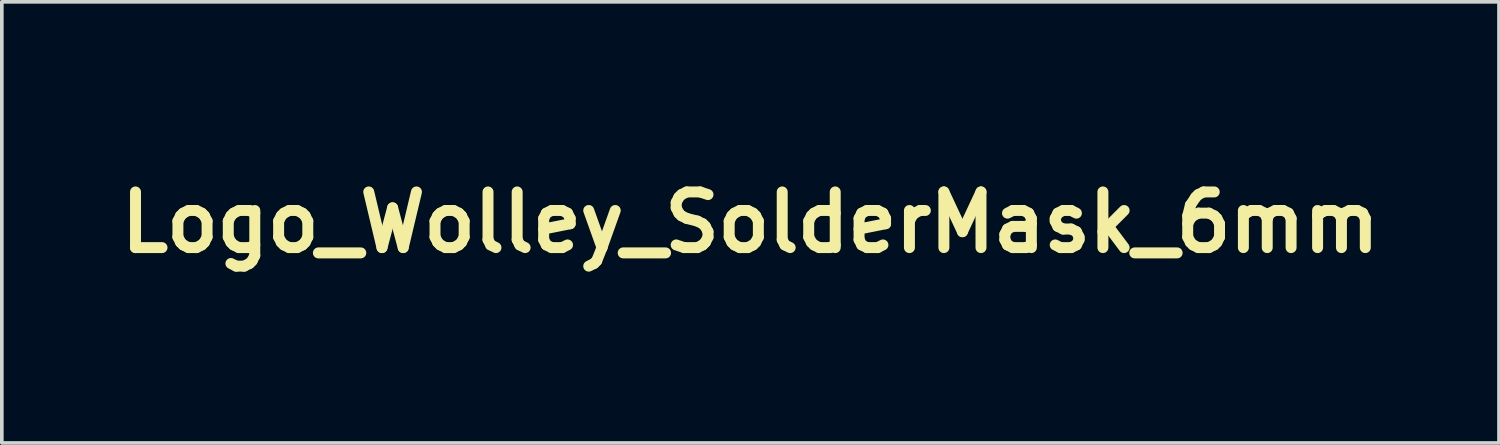
<source format=kicad_pcb>
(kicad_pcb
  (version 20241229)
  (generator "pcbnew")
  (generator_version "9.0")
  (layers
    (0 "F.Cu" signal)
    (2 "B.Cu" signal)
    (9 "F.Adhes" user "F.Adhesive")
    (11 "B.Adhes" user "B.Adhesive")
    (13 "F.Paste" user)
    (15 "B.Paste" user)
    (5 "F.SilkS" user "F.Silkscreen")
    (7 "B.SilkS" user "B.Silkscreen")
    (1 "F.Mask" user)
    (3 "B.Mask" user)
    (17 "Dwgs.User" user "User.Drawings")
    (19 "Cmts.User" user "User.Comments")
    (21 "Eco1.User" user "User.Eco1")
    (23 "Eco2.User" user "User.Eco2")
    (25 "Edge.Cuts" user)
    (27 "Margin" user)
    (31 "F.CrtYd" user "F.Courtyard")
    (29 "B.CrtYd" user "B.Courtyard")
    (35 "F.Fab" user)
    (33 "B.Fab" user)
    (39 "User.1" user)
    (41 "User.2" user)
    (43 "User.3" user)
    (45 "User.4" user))
  (footprint "Logo_Wolley_SolderMask_6mm"
    (layer "F.Cu")
    (at 17.497 3.04)
    (property "Reference" "Logo_Wolley_SolderMask_6mm" (at 0 0 0) (layer "F.SilkS") (effects (font (size 1.524 1.524) (thickness 0.3))))
    (attr through_hole)
    (fp_poly (pts (xy -6.487 -3.032) (xy -6.431 -3.025) (xy -6.375 -3.013) (xy -6.319 -2.995) (xy -6.262 -2.972) (xy -6.204 -2.944) (xy -6.202 -2.943) (xy -6.16 -2.919) (xy -6.122 -2.892) (xy -6.09 -2.864) (xy -6.062 -2.833) (xy -6.038 -2.799) (xy -6.018 -2.763) (xy -6.002 -2.722) (xy -5.99 -2.679) (xy -5.98 -2.631) (xy -5.979 -2.623) (xy -5.978 -2.61) (xy -5.976 -2.595) (xy -5.976 -2.579) (xy -5.975 -2.56) (xy -5.975 -2.537) (xy -5.975 -2.513) (xy -5.975 -2.489) (xy -5.975 -2.467) (xy -5.976 -2.447) (xy -5.977 -2.427) (xy -5.979 -2.407) (xy -5.982 -2.386) (xy -5.985 -2.363) (xy -5.989 -2.337) (xy -5.994 -2.307) (xy -5.997 -2.29) (xy -6.006 -2.245) (xy -6.015 -2.2) (xy -6.026 -2.153) (xy -6.038 -2.104) (xy -6.052 -2.054) (xy -6.066 -2.003) (xy -6.083 -1.949) (xy -6.101 -1.894) (xy -6.12 -1.836) (xy -6.141 -1.775) (xy -6.164 -1.712) (xy -6.189 -1.646) (xy -6.216 -1.576) (xy -6.245 -1.504) (xy -6.275 -1.428) (xy -6.308 -1.348) (xy -6.343 -1.264) (xy -6.381 -1.177) (xy -6.42 -1.085) (xy -6.462 -0.988) (xy -6.483 -0.941) (xy -6.498 -0.908) (xy -6.511 -0.877) (xy -6.525 -0.846) (xy -6.539 -0.815) (xy -6.552 -0.785) (xy -6.566 -0.755) (xy -6.58 -0.724) (xy -6.594 -0.692) (xy -6.609 -0.659) (xy -6.624 -0.624) (xy -6.64 -0.588) (xy -6.657 -0.55) (xy -6.676 -0.51) (xy -6.695 -0.467) (xy -6.716 -0.42) (xy -6.738 -0.371) (xy -6.763 -0.318) (xy -6.788 -0.261) (xy -6.816 -0.2) (xy -6.846 -0.134) (xy -6.849 -0.128) (xy -6.873 -0.074) (xy -6.896 -0.024) (xy -6.917 0.022) (xy -6.936 0.064) (xy -6.953 0.102) (xy -6.969 0.137) (xy -6.984 0.17) (xy -6.997 0.199) (xy -7.009 0.227) (xy -7.021 0.252) (xy -7.031 0.276) (xy -7.041 0.298) (xy -7.051 0.32) (xy -7.06 0.341) (xy -7.069 0.361) (xy -7.078 0.382) (xy -7.087 0.403) (xy -7.091 0.412) (xy -7.127 0.496) (xy -7.161 0.576) (xy -7.192 0.652) (xy -7.221 0.723) (xy -7.247 0.791) (xy -7.27 0.855) (xy -7.291 0.916) (xy -7.31 0.973) (xy -7.327 1.027) (xy -7.341 1.078) (xy -7.353 1.126) (xy -7.363 1.172) (xy -7.371 1.215) (xy -7.377 1.256) (xy -7.381 1.294) (xy -7.383 1.331) (xy -7.383 1.366) (xy -7.382 1.391) (xy -7.38 1.417) (xy -7.377 1.439) (xy -7.373 1.458) (xy -7.367 1.473) (xy -7.359 1.487) (xy -7.35 1.499) (xy -7.349 1.5) (xy -7.335 1.511) (xy -7.318 1.519) (xy -7.299 1.523) (xy -7.298 1.523) (xy -7.279 1.523) (xy -7.256 1.518) (xy -7.231 1.509) (xy -7.203 1.496) (xy -7.172 1.48) (xy -7.139 1.459) (xy -7.105 1.435) (xy -7.068 1.408) (xy -7.029 1.377) (xy -6.988 1.343) (xy -6.946 1.305) (xy -6.902 1.265) (xy -6.858 1.222) (xy -6.812 1.176) (xy -6.765 1.128) (xy -6.717 1.077) (xy -6.669 1.023) (xy -6.64 0.991) (xy -6.563 0.9) (xy -6.485 0.805) (xy -6.406 0.705) (xy -6.326 0.6) (xy -6.246 0.49) (xy -6.166 0.376) (xy -6.085 0.258) (xy -6.004 0.136) (xy -5.923 0.01) (xy -5.842 -0.12) (xy -5.763 -0.251) (xy -5.738 -0.293) (xy -5.715 -0.332) (xy -5.692 -0.371) (xy -5.669 -0.41) (xy -5.647 -0.448) (xy -5.625 -0.487) (xy -5.602 -0.526) (xy -5.58 -0.567) (xy -5.556 -0.61) (xy -5.531 -0.655) (xy -5.505 -0.702) (xy -5.478 -0.752) (xy -5.448 -0.806) (xy -5.417 -0.864) (xy -5.388 -0.918) (xy -5.361 -0.967) (xy -5.337 -1.011) (xy -5.315 -1.051) (xy -5.295 -1.088) (xy -5.277 -1.12) (xy -5.261 -1.149) (xy -5.246 -1.175) (xy -5.232 -1.198) (xy -5.219 -1.219) (xy -5.208 -1.237) (xy -5.197 -1.253) (xy -5.187 -1.268) (xy -5.177 -1.281) (xy -5.168 -1.292) (xy -5.158 -1.303) (xy -5.149 -1.313) (xy -5.141 -1.321) (xy -5.121 -1.34) (xy -5.101 -1.356) (xy -5.082 -1.367) (xy -5.062 -1.376) (xy -5.04 -1.382) (xy -5.03 -1.384) (xy -5.012 -1.386) (xy -4.996 -1.387) (xy -4.978 -1.387) (xy -4.958 -1.385) (xy -4.943 -1.384) (xy -4.91 -1.378) (xy -4.879 -1.371) (xy -4.849 -1.361) (xy -4.817 -1.348) (xy -4.793 -1.337) (xy -4.745 -1.311) (xy -4.701 -1.281) (xy -4.66 -1.248) (xy -4.623 -1.211) (xy -4.589 -1.17) (xy -4.559 -1.127) (xy -4.534 -1.082) (xy -4.513 -1.034) (xy -4.497 -0.984) (xy -4.49 -0.955) (xy -4.484 -0.914) (xy -4.48 -0.872) (xy -4.481 -0.828) (xy -4.482 -0.801) (xy -4.488 -0.746) (xy -4.494 -0.688) (xy -4.503 -0.626) (xy -4.512 -0.56) (xy -4.524 -0.49) (xy -4.537 -0.416) (xy -4.551 -0.337) (xy -4.567 -0.254) (xy -4.585 -0.166) (xy -4.595 -0.119) (xy -4.614 -0.026) (xy -4.632 0.061) (xy -4.647 0.145) (xy -4.662 0.224) (xy -4.674 0.298) (xy -4.685 0.369) (xy -4.695 0.437) (xy -4.703 0.501) (xy -4.709 0.561) (xy -4.714 0.619) (xy -4.718 0.674) (xy -4.72 0.727) (xy -4.721 0.749) (xy -4.721 0.806) (xy -4.719 0.859) (xy -4.715 0.907) (xy -4.709 0.95) (xy -4.701 0.988) (xy -4.69 1.022) (xy -4.677 1.051) (xy -4.662 1.076) (xy -4.645 1.096) (xy -4.625 1.111) (xy -4.604 1.122) (xy -4.58 1.129) (xy -4.579 1.129) (xy -4.564 1.13) (xy -4.549 1.13) (xy -4.538 1.129) (xy -4.507 1.122) (xy -4.474 1.111) (xy -4.439 1.095) (xy -4.402 1.075) (xy -4.364 1.051) (xy -4.324 1.022) (xy -4.283 0.989) (xy -4.241 0.953) (xy -4.198 0.912) (xy -4.154 0.868) (xy -4.109 0.821) (xy -4.064 0.771) (xy -4.018 0.717) (xy -3.972 0.661) (xy -3.926 0.601) (xy -3.88 0.54) (xy -3.834 0.475) (xy -3.788 0.408) (xy -3.743 0.339) (xy -3.698 0.268) (xy -3.654 0.196) (xy -3.64 0.171) (xy -3.564 0.038) (xy -3.493 -0.097) (xy -3.426 -0.234) (xy -3.364 -0.372) (xy -3.305 -0.512) (xy -3.251 -0.652) (xy -3.201 -0.793) (xy -3.156 -0.935) (xy -3.115 -1.078) (xy -3.079 -1.22) (xy -3.047 -1.362) (xy -3.02 -1.504) (xy -2.998 -1.646) (xy -2.98 -1.787) (xy -2.968 -1.927) (xy -2.96 -2.065) (xy -2.958 -2.203) (xy -2.958 -2.269) (xy -2.959 -2.294) (xy -2.959 -2.318) (xy -2.96 -2.342) (xy -2.961 -2.364) (xy -2.961 -2.384) (xy -2.962 -2.399) (xy -2.963 -2.41) (xy -2.964 -2.44) (xy -2.966 -2.47) (xy -2.967 -2.498) (xy -2.967 -2.525) (xy -2.967 -2.548) (xy -2.967 -2.568) (xy -2.966 -2.584) (xy -2.965 -2.59) (xy -2.96 -2.62) (xy -2.952 -2.647) (xy -2.94 -2.67) (xy -2.926 -2.689) (xy -2.907 -2.705) (xy -2.885 -2.718) (xy -2.859 -2.728) (xy -2.829 -2.735) (xy -2.794 -2.74) (xy -2.787 -2.741) (xy -2.761 -2.742) (xy -2.732 -2.741) (xy -2.702 -2.74) (xy -2.673 -2.738) (xy -2.648 -2.734) (xy -2.646 -2.734) (xy -2.61 -2.726) (xy -2.574 -2.715) (xy -2.538 -2.7) (xy -2.502 -2.682) (xy -2.464 -2.659) (xy -2.425 -2.632) (xy -2.404 -2.616) (xy -2.368 -2.587) (xy -2.337 -2.558) (xy -2.31 -2.529) (xy -2.288 -2.499) (xy -2.27 -2.468) (xy -2.255 -2.435) (xy -2.243 -2.399) (xy -2.235 -2.367) (xy -2.233 -2.354) (xy -2.231 -2.342) (xy -2.229 -2.329) (xy -2.227 -2.315) (xy -2.226 -2.299) (xy -2.225 -2.282) (xy -2.224 -2.261) (xy -2.223 -2.237) (xy -2.222 -2.209) (xy -2.222 -2.19) (xy -2.22 -2.109) (xy -2.221 -2.031) (xy -2.224 -1.954) (xy -2.23 -1.877) (xy -2.238 -1.8) (xy -2.248 -1.72) (xy -2.261 -1.638) (xy -2.264 -1.626) (xy -2.286 -1.511) (xy -2.312 -1.394) (xy -2.344 -1.276) (xy -2.38 -1.155) (xy -2.42 -1.033) (xy -2.464 -0.91) (xy -2.512 -0.786) (xy -2.564 -0.662) (xy -2.62 -0.537) (xy -2.68 -0.412) (xy -2.743 -0.287) (xy -2.81 -0.162) (xy -2.88 -0.038) (xy -2.954 0.086) (xy -3.03 0.208) (xy -3.11 0.329) (xy -3.192 0.448) (xy -3.277 0.566) (xy -3.302 0.599) (xy -3.352 0.664) (xy -3.401 0.726) (xy -3.45 0.787) (xy -3.499 0.847) (xy -3.551 0.907) (xy -3.606 0.968) (xy -3.632 0.997) (xy -3.647 1.013) (xy -3.664 1.032) (xy -3.685 1.053) (xy -3.707 1.076) (xy -3.731 1.1) (xy -3.755 1.125) (xy -3.78 1.149) (xy -3.805 1.174) (xy -3.829 1.197) (xy -3.851 1.219) (xy -3.871 1.238) (xy -3.889 1.255) (xy -3.904 1.268) (xy -3.975 1.33) (xy -4.044 1.387) (xy -4.112 1.439) (xy -4.179 1.486) (xy -4.243 1.529) (xy -4.306 1.566) (xy -4.367 1.598) (xy -4.426 1.626) (xy -4.483 1.648) (xy -4.528 1.663) (xy -4.566 1.673) (xy -4.602 1.681) (xy -4.637 1.686) (xy -4.673 1.688) (xy -4.71 1.689) (xy -4.749 1.688) (xy -4.796 1.684) (xy -4.838 1.68) (xy -4.878 1.673) (xy -4.915 1.666) (xy -4.952 1.656) (xy -4.962 1.653) (xy -5.015 1.635) (xy -5.065 1.612) (xy -5.111 1.586) (xy -5.154 1.555) (xy -5.194 1.52) (xy -5.232 1.481) (xy -5.266 1.438) (xy -5.297 1.39) (xy -5.325 1.338) (xy -5.35 1.282) (xy -5.373 1.221) (xy -5.392 1.156) (xy -5.394 1.148) (xy -5.407 1.097) (xy -5.418 1.042) (xy -5.427 0.984) (xy -5.436 0.922) (xy -5.443 0.855) (xy -5.449 0.784) (xy -5.449 0.777) (xy -5.45 0.765) (xy -5.451 0.748) (xy -5.451 0.727) (xy -5.452 0.703) (xy -5.452 0.676) (xy -5.452 0.646) (xy -5.453 0.614) (xy -5.453 0.581) (xy -5.453 0.548) (xy -5.453 0.514) (xy -5.453 0.481) (xy -5.452 0.449) (xy -5.452 0.419) (xy -5.452 0.391) (xy -5.452 0.366) (xy -5.451 0.344) (xy -5.451 0.327) (xy -5.45 0.315) (xy -5.449 0.301) (xy -5.449 0.289) (xy -5.448 0.281) (xy -5.448 0.276) (xy -5.448 0.275) (xy -5.45 0.278) (xy -5.454 0.284) (xy -5.46 0.293) (xy -5.468 0.305) (xy -5.478 0.319) (xy -5.488 0.335) (xy -5.49 0.338) (xy -5.538 0.408) (xy -5.59 0.482) (xy -5.645 0.558) (xy -5.703 0.636) (xy -5.765 0.715) (xy -5.828 0.795) (xy -5.893 0.875) (xy -5.96 0.955) (xy -6.028 1.035) (xy -6.076 1.089) (xy -6.134 1.155) (xy -6.195 1.221) (xy -6.256 1.286) (xy -6.319 1.351) (xy -6.381 1.414) (xy -6.443 1.476) (xy -6.504 1.534) (xy -6.563 1.589) (xy -6.615 1.635) (xy -6.655 1.67) (xy -6.697 1.706) (xy -6.739 1.741) (xy -6.782 1.775) (xy -6.822 1.807) (xy -6.861 1.836) (xy -6.872 1.844) (xy -6.941 1.893) (xy -7.008 1.938) (xy -7.073 1.977) (xy -7.136 2.012) (xy -7.196 2.043) (xy -7.255 2.069) (xy -7.311 2.09) (xy -7.366 2.106) (xy -7.419 2.119) (xy -7.471 2.126) (xy -7.52 2.13) (xy -7.557 2.129) (xy -7.612 2.125) (xy -7.664 2.116) (xy -7.712 2.104) (xy -7.756 2.088) (xy -7.797 2.068) (xy -7.834 2.043) (xy -7.867 2.015) (xy -7.897 1.983) (xy -7.924 1.947) (xy -7.948 1.906) (xy -7.968 1.861) (xy -7.985 1.813) (xy -7.994 1.777) (xy -8.001 1.747) (xy -8.007 1.719) (xy -8.011 1.692) (xy -8.014 1.663) (xy -8.017 1.634) (xy -8.018 1.602) (xy -8.019 1.566) (xy -8.02 1.531) (xy -8.019 1.486) (xy -8.018 1.444) (xy -8.016 1.402) (xy -8.012 1.36) (xy -8.008 1.317) (xy -8.002 1.272) (xy -7.995 1.223) (xy -7.987 1.171) (xy -7.985 1.162) (xy -7.972 1.092) (xy -7.958 1.021) (xy -7.941 0.946) (xy -7.923 0.869) (xy -7.902 0.789) (xy -7.88 0.706) (xy -7.855 0.619) (xy -7.828 0.529) (xy -7.798 0.436) (xy -7.767 0.339) (xy -7.733 0.238) (xy -7.696 0.133) (xy -7.657 0.023) (xy -7.616 -0.09) (xy -7.573 -0.206) (xy -7.537 -0.304) (xy -7.5 -0.402) (xy -7.464 -0.502) (xy -7.427 -0.602) (xy -7.391 -0.702) (xy -7.355 -0.803) (xy -7.319 -0.903) (xy -7.284 -1.003) (xy -7.249 -1.102) (xy -7.215 -1.2) (xy -7.182 -1.298) (xy -7.149 -1.394) (xy -7.117 -1.488) (xy -7.086 -1.581) (xy -7.055 -1.672) (xy -7.026 -1.76) (xy -6.998 -1.846) (xy -6.971 -1.93) (xy -6.945 -2.01) (xy -6.921 -2.088) (xy -6.898 -2.162) (xy -6.876 -2.233) (xy -6.856 -2.3) (xy -6.838 -2.363) (xy -6.821 -2.421) (xy -6.806 -2.475) (xy -6.793 -2.525) (xy -6.789 -2.541) (xy -6.785 -2.558) (xy -6.78 -2.579) (xy -6.775 -2.604) (xy -6.769 -2.631) (xy -6.763 -2.659) (xy -6.757 -2.688) (xy -6.752 -2.716) (xy -6.75 -2.724) (xy -6.742 -2.767) (xy -6.734 -2.804) (xy -6.727 -2.837) (xy -6.721 -2.866) (xy -6.715 -2.891) (xy -6.709 -2.913) (xy -6.704 -2.932) (xy -6.698 -2.948) (xy -6.693 -2.961) (xy -6.687 -2.973) (xy -6.681 -2.983) (xy -6.675 -2.993) (xy -6.668 -3.001) (xy -6.667 -3.002) (xy -6.654 -3.014) (xy -6.641 -3.022) (xy -6.625 -3.028) (xy -6.605 -3.032) (xy -6.599 -3.032) (xy -6.543 -3.035) (xy -6.487 -3.032)) (stroke (width 0.01) (type solid)) (fill yes) (layer "F.Mask"))
    (fp_poly (pts (xy 3.778 -2.834) (xy 3.82 -2.83) (xy 3.859 -2.822) (xy 3.876 -2.817) (xy 3.914 -2.802) (xy 3.95 -2.782) (xy 3.982 -2.758) (xy 4.012 -2.73) (xy 4.038 -2.698) (xy 4.061 -2.662) (xy 4.08 -2.623) (xy 4.096 -2.58) (xy 4.109 -2.533) (xy 4.118 -2.484) (xy 4.119 -2.474) (xy 4.12 -2.455) (xy 4.122 -2.434) (xy 4.122 -2.41) (xy 4.123 -2.385) (xy 4.122 -2.361) (xy 4.122 -2.34) (xy 4.121 -2.321) (xy 4.12 -2.317) (xy 4.112 -2.261) (xy 4.1 -2.202) (xy 4.084 -2.141) (xy 4.064 -2.076) (xy 4.041 -2.009) (xy 4.014 -1.939) (xy 3.984 -1.868) (xy 3.95 -1.794) (xy 3.913 -1.719) (xy 3.873 -1.642) (xy 3.829 -1.564) (xy 3.783 -1.485) (xy 3.734 -1.405) (xy 3.682 -1.324) (xy 3.628 -1.243) (xy 3.571 -1.161) (xy 3.512 -1.08) (xy 3.5 -1.064) (xy 3.411 -0.949) (xy 3.32 -0.837) (xy 3.227 -0.729) (xy 3.131 -0.624) (xy 3.034 -0.523) (xy 2.936 -0.427) (xy 2.837 -0.335) (xy 2.736 -0.249) (xy 2.672 -0.196) (xy 2.65 -0.179) (xy 2.626 -0.16) (xy 2.602 -0.141) (xy 2.577 -0.123) (xy 2.554 -0.105) (xy 2.533 -0.089) (xy 2.514 -0.076) (xy 2.506 -0.071) (xy 2.498 -0.065) (xy 2.492 -0.06) (xy 2.487 -0.054) (xy 2.481 -0.046) (xy 2.475 -0.036) (xy 2.471 -0.028) (xy 2.435 0.04) (xy 2.401 0.112) (xy 2.37 0.186) (xy 2.342 0.26) (xy 2.316 0.336) (xy 2.294 0.411) (xy 2.276 0.484) (xy 2.262 0.556) (xy 2.258 0.578) (xy 2.251 0.631) (xy 2.246 0.685) (xy 2.244 0.739) (xy 2.244 0.791) (xy 2.247 0.842) (xy 2.252 0.889) (xy 2.26 0.933) (xy 2.264 0.953) (xy 2.275 0.989) (xy 2.289 1.021) (xy 2.305 1.048) (xy 2.323 1.071) (xy 2.344 1.089) (xy 2.368 1.102) (xy 2.394 1.11) (xy 2.423 1.114) (xy 2.446 1.114) (xy 2.483 1.11) (xy 2.522 1.102) (xy 2.563 1.089) (xy 2.606 1.072) (xy 2.653 1.051) (xy 2.701 1.026) (xy 2.753 0.996) (xy 2.761 0.991) (xy 2.804 0.964) (xy 2.85 0.932) (xy 2.899 0.897) (xy 2.949 0.859) (xy 3.001 0.819) (xy 3.055 0.775) (xy 3.109 0.73) (xy 3.163 0.683) (xy 3.218 0.635) (xy 3.271 0.585) (xy 3.324 0.535) (xy 3.328 0.531) (xy 3.363 0.497) (xy 3.365 0.461) (xy 3.372 0.374) (xy 3.384 0.287) (xy 3.402 0.201) (xy 3.409 0.176) (xy 4.003 0.176) (xy 4.003 0.176) (xy 4.007 0.176) (xy 4.013 0.174) (xy 4.022 0.17) (xy 4.036 0.164) (xy 4.043 0.161) (xy 4.126 0.122) (xy 4.206 0.08) (xy 4.282 0.035) (xy 4.355 -0.014) (xy 4.426 -0.068) (xy 4.452 -0.088) (xy 4.494 -0.124) (xy 4.535 -0.161) (xy 4.574 -0.199) (xy 4.609 -0.237) (xy 4.643 -0.274) (xy 4.673 -0.312) (xy 4.7 -0.348) (xy 4.724 -0.384) (xy 4.744 -0.419) (xy 4.761 -0.452) (xy 4.774 -0.484) (xy 4.782 -0.513) (xy 4.786 -0.54) (xy 4.787 -0.548) (xy 4.786 -0.568) (xy 4.783 -0.585) (xy 4.777 -0.598) (xy 4.771 -0.606) (xy 4.761 -0.616) (xy 4.75 -0.623) (xy 4.736 -0.627) (xy 4.719 -0.63) (xy 4.708 -0.63) (xy 4.685 -0.63) (xy 4.662 -0.627) (xy 4.638 -0.62) (xy 4.612 -0.61) (xy 4.598 -0.604) (xy 4.558 -0.582) (xy 4.516 -0.556) (xy 4.474 -0.525) (xy 4.432 -0.489) (xy 4.39 -0.45) (xy 4.348 -0.407) (xy 4.306 -0.361) (xy 4.265 -0.312) (xy 4.226 -0.26) (xy 4.188 -0.205) (xy 4.152 -0.149) (xy 4.128 -0.109) (xy 4.111 -0.078) (xy 4.093 -0.043) (xy 4.075 -0.006) (xy 4.058 0.031) (xy 4.042 0.068) (xy 4.027 0.103) (xy 4.015 0.136) (xy 4.011 0.15) (xy 4.007 0.16) (xy 4.005 0.169) (xy 4.003 0.175) (xy 4.003 0.176) (xy 3.409 0.176) (xy 3.425 0.115) (xy 3.44 0.068) (xy 3.468 -0.011) (xy 3.501 -0.089) (xy 3.537 -0.165) (xy 3.577 -0.24) (xy 3.621 -0.314) (xy 3.667 -0.385) (xy 3.717 -0.455) (xy 3.769 -0.522) (xy 3.823 -0.586) (xy 3.88 -0.647) (xy 3.939 -0.705) (xy 4 -0.759) (xy 4.062 -0.81) (xy 4.125 -0.857) (xy 4.19 -0.9) (xy 4.255 -0.939) (xy 4.322 -0.973) (xy 4.388 -1.002) (xy 4.45 -1.024) (xy 4.504 -1.04) (xy 4.556 -1.051) (xy 4.607 -1.059) (xy 4.659 -1.063) (xy 4.714 -1.063) (xy 4.719 -1.063) (xy 4.75 -1.062) (xy 4.776 -1.06) (xy 4.802 -1.057) (xy 4.827 -1.053) (xy 4.854 -1.048) (xy 4.861 -1.046) (xy 4.912 -1.033) (xy 4.961 -1.015) (xy 5.006 -0.994) (xy 5.047 -0.969) (xy 5.085 -0.941) (xy 5.12 -0.91) (xy 5.15 -0.876) (xy 5.176 -0.839) (xy 5.198 -0.8) (xy 5.215 -0.757) (xy 5.224 -0.726) (xy 5.23 -0.698) (xy 5.233 -0.667) (xy 5.235 -0.634) (xy 5.235 -0.601) (xy 5.233 -0.569) (xy 5.231 -0.555) (xy 5.222 -0.504) (xy 5.207 -0.453) (xy 5.187 -0.4) (xy 5.162 -0.347) (xy 5.133 -0.293) (xy 5.098 -0.24) (xy 5.059 -0.186) (xy 5.017 -0.134) (xy 5.003 -0.118) (xy 4.987 -0.1) (xy 4.967 -0.08) (xy 4.947 -0.059) (xy 4.925 -0.038) (xy 4.904 -0.017) (xy 4.883 0.003) (xy 4.864 0.02) (xy 4.848 0.035) (xy 4.847 0.035) (xy 4.78 0.091) (xy 4.71 0.144) (xy 4.639 0.195) (xy 4.568 0.242) (xy 4.497 0.286) (xy 4.427 0.326) (xy 4.384 0.349) (xy 4.316 0.381) (xy 4.248 0.41) (xy 4.18 0.434) (xy 4.114 0.454) (xy 4.049 0.47) (xy 3.987 0.481) (xy 3.954 0.485) (xy 3.955 0.523) (xy 3.96 0.577) (xy 3.968 0.628) (xy 3.981 0.677) (xy 3.997 0.722) (xy 4.017 0.765) (xy 4.041 0.803) (xy 4.068 0.838) (xy 4.099 0.87) (xy 4.132 0.897) (xy 4.17 0.92) (xy 4.181 0.926) (xy 4.222 0.944) (xy 4.267 0.958) (xy 4.314 0.967) (xy 4.363 0.972) (xy 4.415 0.973) (xy 4.469 0.969) (xy 4.525 0.962) (xy 4.583 0.95) (xy 4.642 0.935) (xy 4.703 0.915) (xy 4.765 0.892) (xy 4.828 0.864) (xy 4.892 0.833) (xy 4.956 0.798) (xy 5.021 0.759) (xy 5.069 0.729) (xy 5.127 0.688) (xy 5.187 0.644) (xy 5.246 0.596) (xy 5.304 0.547) (xy 5.359 0.496) (xy 5.411 0.446) (xy 5.414 0.442) (xy 5.443 0.413) (xy 5.449 0.377) (xy 5.452 0.357) (xy 5.456 0.336) (xy 5.461 0.315) (xy 5.466 0.293) (xy 5.472 0.271) (xy 5.479 0.247) (xy 5.487 0.221) (xy 5.496 0.193) (xy 5.506 0.162) (xy 5.518 0.129) (xy 5.531 0.093) (xy 5.545 0.053) (xy 5.561 0.01) (xy 5.579 -0.038) (xy 5.599 -0.09) (xy 5.608 -0.115) (xy 5.625 -0.16) (xy 5.64 -0.2) (xy 5.654 -0.236) (xy 5.667 -0.269) (xy 5.678 -0.299) (xy 5.688 -0.327) (xy 5.698 -0.353) (xy 5.707 -0.377) (xy 5.715 -0.401) (xy 5.723 -0.424) (xy 5.732 -0.447) (xy 5.74 -0.469) (xy 5.777 -0.577) (xy 5.811 -0.681) (xy 5.842 -0.782) (xy 5.87 -0.879) (xy 5.895 -0.974) (xy 5.917 -1.066) (xy 5.937 -1.157) (xy 5.954 -1.246) (xy 5.959 -1.272) (xy 5.962 -1.293) (xy 5.966 -1.31) (xy 5.969 -1.322) (xy 5.972 -1.333) (xy 5.975 -1.342) (xy 5.977 -1.346) (xy 5.987 -1.365) (xy 5.999 -1.38) (xy 6.013 -1.391) (xy 6.018 -1.394) (xy 6.034 -1.398) (xy 6.053 -1.399) (xy 6.076 -1.396) (xy 6.101 -1.391) (xy 6.13 -1.382) (xy 6.16 -1.37) (xy 6.193 -1.355) (xy 6.194 -1.354) (xy 6.241 -1.329) (xy 6.285 -1.3) (xy 6.326 -1.268) (xy 6.363 -1.234) (xy 6.395 -1.198) (xy 6.424 -1.16) (xy 6.448 -1.121) (xy 6.467 -1.08) (xy 6.479 -1.044) (xy 6.488 -1.008) (xy 6.493 -0.97) (xy 6.494 -0.929) (xy 6.492 -0.885) (xy 6.487 -0.837) (xy 6.478 -0.785) (xy 6.476 -0.774) (xy 6.469 -0.744) (xy 6.461 -0.713) (xy 6.453 -0.681) (xy 6.443 -0.648) (xy 6.432 -0.612) (xy 6.419 -0.575) (xy 6.405 -0.536) (xy 6.389 -0.494) (xy 6.372 -0.45) (xy 6.353 -0.402) (xy 6.332 -0.352) (xy 6.309 -0.297) (xy 6.284 -0.24) (xy 6.257 -0.178) (xy 6.227 -0.112) (xy 6.196 -0.042) (xy 6.189 -0.027) (xy 6.17 0.016) (xy 6.152 0.055) (xy 6.137 0.089) (xy 6.123 0.12) (xy 6.111 0.147) (xy 6.101 0.172) (xy 6.092 0.193) (xy 6.084 0.213) (xy 6.078 0.231) (xy 6.072 0.247) (xy 6.067 0.262) (xy 6.062 0.277) (xy 6.06 0.285) (xy 6.055 0.301) (xy 6.053 0.315) (xy 6.052 0.33) (xy 6.052 0.336) (xy 6.052 0.348) (xy 6.052 0.356) (xy 6.054 0.361) (xy 6.056 0.364) (xy 6.059 0.368) (xy 6.06 0.368) (xy 6.065 0.372) (xy 6.071 0.374) (xy 6.08 0.374) (xy 6.081 0.374) (xy 6.095 0.371) (xy 6.111 0.364) (xy 6.132 0.353) (xy 6.155 0.339) (xy 6.182 0.321) (xy 6.212 0.3) (xy 6.246 0.275) (xy 6.282 0.246) (xy 6.321 0.214) (xy 6.363 0.179) (xy 6.408 0.14) (xy 6.455 0.099) (xy 6.505 0.054) (xy 6.558 0.006) (xy 6.613 -0.045) (xy 6.67 -0.099) (xy 6.728 -0.154) (xy 6.745 -0.17) (xy 6.765 -0.189) (xy 6.786 -0.21) (xy 6.81 -0.233) (xy 6.836 -0.259) (xy 6.862 -0.285) (xy 6.89 -0.313) (xy 6.918 -0.341) (xy 6.947 -0.369) (xy 6.975 -0.398) (xy 7.003 -0.426) (xy 7.03 -0.453) (xy 7.056 -0.479) (xy 7.08 -0.503) (xy 7.102 -0.526) (xy 7.122 -0.546) (xy 7.139 -0.564) (xy 7.154 -0.579) (xy 7.164 -0.591) (xy 7.167 -0.594) (xy 7.203 -0.633) (xy 7.237 -0.672) (xy 7.269 -0.709) (xy 7.3 -0.747) (xy 7.331 -0.785) (xy 7.362 -0.824) (xy 7.394 -0.865) (xy 7.426 -0.909) (xy 7.461 -0.956) (xy 7.494 -1.003) (xy 7.512 -1.027) (xy 7.528 -1.048) (xy 7.542 -1.065) (xy 7.555 -1.079) (xy 7.566 -1.089) (xy 7.576 -1.097) (xy 7.587 -1.103) (xy 7.589 -1.104) (xy 7.606 -1.11) (xy 7.623 -1.112) (xy 7.638 -1.11) (xy 7.642 -1.109) (xy 7.651 -1.104) (xy 7.664 -1.096) (xy 7.679 -1.085) (xy 7.696 -1.072) (xy 7.715 -1.058) (xy 7.734 -1.043) (xy 7.753 -1.027) (xy 7.771 -1.011) (xy 7.788 -0.996) (xy 7.798 -0.987) (xy 7.833 -0.951) (xy 7.863 -0.915) (xy 7.889 -0.88) (xy 7.91 -0.844) (xy 7.927 -0.808) (xy 7.941 -0.771) (xy 7.95 -0.735) (xy 7.953 -0.72) (xy 7.955 -0.701) (xy 7.956 -0.679) (xy 7.956 -0.656) (xy 7.956 -0.633) (xy 7.955 -0.612) (xy 7.954 -0.594) (xy 7.953 -0.589) (xy 7.946 -0.55) (xy 7.936 -0.511) (xy 7.923 -0.47) (xy 7.907 -0.427) (xy 7.888 -0.383) (xy 7.865 -0.335) (xy 7.864 -0.333) (xy 7.855 -0.314) (xy 7.845 -0.296) (xy 7.835 -0.277) (xy 7.824 -0.257) (xy 7.812 -0.237) (xy 7.8 -0.214) (xy 7.785 -0.19) (xy 7.77 -0.164) (xy 7.752 -0.135) (xy 7.732 -0.103) (xy 7.71 -0.067) (xy 7.686 -0.028) (xy 7.668 0.001) (xy 7.643 0.04) (xy 7.622 0.075) (xy 7.603 0.106) (xy 7.585 0.134) (xy 7.569 0.16) (xy 7.555 0.184) (xy 7.542 0.206) (xy 7.529 0.228) (xy 7.517 0.249) (xy 7.505 0.27) (xy 7.494 0.29) (xy 7.47 0.333) (xy 7.445 0.377) (xy 7.421 0.422) (xy 7.395 0.469) (xy 7.369 0.518) (xy 7.342 0.569) (xy 7.313 0.622) (xy 7.283 0.679) (xy 7.252 0.739) (xy 7.218 0.803) (xy 7.183 0.87) (xy 7.146 0.942) (xy 7.124 0.985) (xy 7.1 1.032) (xy 7.079 1.073) (xy 7.059 1.111) (xy 7.042 1.144) (xy 7.027 1.172) (xy 7.015 1.196) (xy 7.004 1.215) (xy 6.997 1.23) (xy 6.991 1.24) (xy 6.991 1.24) (xy 6.987 1.248) (xy 6.985 1.253) (xy 6.984 1.255) (xy 6.987 1.256) (xy 6.994 1.257) (xy 7.005 1.258) (xy 7.017 1.259) (xy 7.02 1.259) (xy 7.103 1.269) (xy 7.187 1.284) (xy 7.272 1.303) (xy 7.356 1.327) (xy 7.439 1.355) (xy 7.521 1.387) (xy 7.601 1.423) (xy 7.679 1.463) (xy 7.753 1.506) (xy 7.795 1.533) (xy 7.834 1.56) (xy 7.87 1.587) (xy 7.903 1.615) (xy 7.932 1.641) (xy 7.957 1.667) (xy 7.979 1.692) (xy 7.996 1.716) (xy 8.009 1.739) (xy 8.017 1.759) (xy 8.021 1.779) (xy 8.02 1.797) (xy 8.014 1.813) (xy 8.003 1.829) (xy 7.997 1.834) (xy 7.989 1.842) (xy 7.979 1.85) (xy 7.968 1.857) (xy 7.957 1.863) (xy 7.949 1.867) (xy 7.943 1.869) (xy 7.94 1.868) (xy 7.933 1.864) (xy 7.922 1.859) (xy 7.909 1.852) (xy 7.893 1.844) (xy 7.876 1.835) (xy 7.875 1.834) (xy 7.848 1.82) (xy 7.825 1.807) (xy 7.804 1.797) (xy 7.786 1.788) (xy 7.77 1.779) (xy 7.754 1.772) (xy 7.738 1.765) (xy 7.723 1.758) (xy 7.647 1.727) (xy 7.569 1.701) (xy 7.49 1.679) (xy 7.407 1.661) (xy 7.322 1.648) (xy 7.284 1.643) (xy 7.232 1.639) (xy 7.176 1.636) (xy 7.117 1.634) (xy 7.056 1.634) (xy 6.994 1.636) (xy 6.933 1.639) (xy 6.874 1.644) (xy 6.836 1.648) (xy 6.816 1.651) (xy 6.799 1.655) (xy 6.784 1.662) (xy 6.768 1.671) (xy 6.751 1.683) (xy 6.75 1.684) (xy 6.727 1.702) (xy 6.703 1.724) (xy 6.678 1.748) (xy 6.651 1.777) (xy 6.623 1.809) (xy 6.594 1.844) (xy 6.562 1.884) (xy 6.529 1.928) (xy 6.493 1.976) (xy 6.456 2.028) (xy 6.432 2.063) (xy 6.388 2.125) (xy 6.347 2.182) (xy 6.309 2.236) (xy 6.273 2.286) (xy 6.239 2.333) (xy 6.206 2.376) (xy 6.175 2.417) (xy 6.146 2.455) (xy 6.118 2.491) (xy 6.09 2.524) (xy 6.063 2.556) (xy 6.037 2.587) (xy 6.011 2.616) (xy 5.985 2.644) (xy 5.959 2.671) (xy 5.932 2.698) (xy 5.925 2.706) (xy 5.867 2.761) (xy 5.809 2.811) (xy 5.751 2.856) (xy 5.694 2.896) (xy 5.636 2.931) (xy 5.578 2.96) (xy 5.52 2.985) (xy 5.462 3.005) (xy 5.403 3.019) (xy 5.344 3.029) (xy 5.319 3.032) (xy 5.305 3.033) (xy 5.288 3.034) (xy 5.27 3.034) (xy 5.252 3.034) (xy 5.236 3.034) (xy 5.222 3.034) (xy 5.215 3.033) (xy 5.159 3.025) (xy 5.105 3.012) (xy 5.054 2.996) (xy 5.004 2.976) (xy 4.955 2.951) (xy 4.95 2.949) (xy 4.899 2.918) (xy 4.85 2.883) (xy 4.804 2.845) (xy 4.761 2.804) (xy 4.722 2.761) (xy 4.687 2.715) (xy 4.656 2.669) (xy 4.636 2.632) (xy 4.619 2.594) (xy 4.606 2.558) (xy 4.599 2.534) (xy 5.108 2.534) (xy 5.11 2.546) (xy 5.116 2.555) (xy 5.12 2.557) (xy 5.127 2.56) (xy 5.138 2.561) (xy 5.152 2.561) (xy 5.169 2.56) (xy 5.186 2.559) (xy 5.203 2.557) (xy 5.219 2.554) (xy 5.226 2.552) (xy 5.248 2.546) (xy 5.268 2.539) (xy 5.288 2.531) (xy 5.31 2.521) (xy 5.321 2.516) (xy 5.344 2.503) (xy 5.368 2.489) (xy 5.392 2.474) (xy 5.418 2.456) (xy 5.444 2.436) (xy 5.472 2.414) (xy 5.502 2.389) (xy 5.533 2.362) (xy 5.567 2.331) (xy 5.602 2.298) (xy 5.641 2.261) (xy 5.681 2.221) (xy 5.725 2.178) (xy 5.772 2.13) (xy 5.802 2.099) (xy 5.834 2.066) (xy 5.862 2.037) (xy 5.887 2.011) (xy 5.91 1.987) (xy 5.929 1.966) (xy 5.947 1.947) (xy 5.962 1.93) (xy 5.976 1.914) (xy 5.989 1.899) (xy 6.001 1.884) (xy 6.012 1.87) (xy 6.022 1.856) (xy 6.024 1.854) (xy 6.043 1.828) (xy 6.057 1.804) (xy 6.068 1.784) (xy 6.074 1.767) (xy 6.077 1.752) (xy 6.076 1.741) (xy 6.071 1.733) (xy 6.061 1.729) (xy 6.048 1.728) (xy 6.031 1.73) (xy 6.013 1.735) (xy 5.991 1.743) (xy 5.965 1.755) (xy 5.936 1.77) (xy 5.903 1.788) (xy 5.867 1.81) (xy 5.828 1.834) (xy 5.786 1.861) (xy 5.741 1.891) (xy 5.694 1.924) (xy 5.644 1.959) (xy 5.592 1.997) (xy 5.538 2.037) (xy 5.515 2.054) (xy 5.491 2.072) (xy 5.469 2.089) (xy 5.45 2.105) (xy 5.432 2.12) (xy 5.414 2.136) (xy 5.396 2.153) (xy 5.376 2.172) (xy 5.354 2.193) (xy 5.343 2.204) (xy 5.298 2.25) (xy 5.258 2.294) (xy 5.222 2.336) (xy 5.191 2.376) (xy 5.164 2.414) (xy 5.142 2.449) (xy 5.127 2.477) (xy 5.116 2.5) (xy 5.11 2.519) (xy 5.108 2.534) (xy 4.599 2.534) (xy 4.597 2.523) (xy 4.592 2.487) (xy 4.591 2.45) (xy 4.594 2.412) (xy 4.602 2.359) (xy 4.615 2.305) (xy 4.634 2.252) (xy 4.658 2.198) (xy 4.687 2.145) (xy 4.722 2.091) (xy 4.761 2.038) (xy 4.78 2.015) (xy 4.791 2.003) (xy 4.804 1.988) (xy 4.82 1.971) (xy 4.839 1.952) (xy 4.858 1.933) (xy 4.877 1.914) (xy 4.897 1.896) (xy 4.915 1.878) (xy 4.931 1.863) (xy 4.945 1.851) (xy 4.948 1.849) (xy 5.02 1.792) (xy 5.097 1.736) (xy 5.179 1.682) (xy 5.266 1.63) (xy 5.357 1.58) (xy 5.452 1.533) (xy 5.551 1.487) (xy 5.655 1.444) (xy 5.761 1.403) (xy 5.872 1.364) (xy 5.874 1.363) (xy 5.907 1.353) (xy 5.941 1.342) (xy 5.976 1.332) (xy 6.013 1.321) (xy 6.053 1.309) (xy 6.097 1.297) (xy 6.102 1.295) (xy 6.146 1.283) (xy 6.185 1.272) (xy 6.22 1.261) (xy 6.251 1.251) (xy 6.278 1.241) (xy 6.302 1.231) (xy 6.323 1.221) (xy 6.343 1.211) (xy 6.36 1.2) (xy 6.377 1.188) (xy 6.392 1.175) (xy 6.407 1.162) (xy 6.416 1.154) (xy 6.43 1.139) (xy 6.443 1.124) (xy 6.456 1.108) (xy 6.469 1.091) (xy 6.482 1.071) (xy 6.496 1.049) (xy 6.511 1.024) (xy 6.527 0.995) (xy 6.545 0.962) (xy 6.546 0.96) (xy 6.587 0.883) (xy 6.629 0.805) (xy 6.671 0.725) (xy 6.713 0.645) (xy 6.755 0.565) (xy 6.796 0.486) (xy 6.836 0.408) (xy 6.875 0.333) (xy 6.912 0.261) (xy 6.947 0.192) (xy 6.958 0.171) (xy 6.972 0.142) (xy 6.985 0.118) (xy 6.994 0.098) (xy 7.002 0.083) (xy 7.007 0.072) (xy 7.009 0.065) (xy 7.009 0.063) (xy 7.005 0.064) (xy 6.999 0.07) (xy 6.99 0.079) (xy 6.979 0.092) (xy 6.964 0.108) (xy 6.946 0.128) (xy 6.938 0.136) (xy 6.893 0.186) (xy 6.848 0.234) (xy 6.804 0.281) (xy 6.76 0.327) (xy 6.718 0.37) (xy 6.677 0.411) (xy 6.638 0.45) (xy 6.602 0.486) (xy 6.568 0.518) (xy 6.538 0.545) (xy 6.474 0.602) (xy 6.412 0.654) (xy 6.352 0.701) (xy 6.294 0.744) (xy 6.237 0.782) (xy 6.181 0.815) (xy 6.126 0.845) (xy 6.073 0.87) (xy 6.02 0.891) (xy 5.968 0.908) (xy 5.916 0.921) (xy 5.883 0.927) (xy 5.866 0.929) (xy 5.846 0.931) (xy 5.824 0.932) (xy 5.801 0.932) (xy 5.777 0.932) (xy 5.755 0.931) (xy 5.736 0.93) (xy 5.72 0.928) (xy 5.714 0.927) (xy 5.67 0.916) (xy 5.631 0.9) (xy 5.595 0.881) (xy 5.562 0.858) (xy 5.534 0.83) (xy 5.508 0.799) (xy 5.487 0.764) (xy 5.48 0.75) (xy 5.474 0.737) (xy 5.468 0.725) (xy 5.464 0.712) (xy 5.459 0.697) (xy 5.453 0.679) (xy 5.449 0.666) (xy 5.448 0.664) (xy 5.447 0.664) (xy 5.444 0.665) (xy 5.44 0.669) (xy 5.434 0.675) (xy 5.425 0.685) (xy 5.413 0.697) (xy 5.409 0.702) (xy 5.391 0.722) (xy 5.369 0.744) (xy 5.347 0.768) (xy 5.323 0.793) (xy 5.298 0.817) (xy 5.275 0.841) (xy 5.252 0.863) (xy 5.232 0.883) (xy 5.214 0.899) (xy 5.146 0.959) (xy 5.078 1.014) (xy 5.009 1.064) (xy 4.94 1.11) (xy 4.87 1.151) (xy 4.81 1.183) (xy 4.737 1.217) (xy 4.664 1.246) (xy 4.591 1.271) (xy 4.517 1.291) (xy 4.44 1.306) (xy 4.361 1.318) (xy 4.359 1.318) (xy 4.338 1.321) (xy 4.313 1.322) (xy 4.286 1.324) (xy 4.256 1.325) (xy 4.225 1.326) (xy 4.195 1.326) (xy 4.167 1.326) (xy 4.141 1.325) (xy 4.119 1.324) (xy 4.111 1.324) (xy 4.041 1.316) (xy 3.974 1.304) (xy 3.91 1.288) (xy 3.85 1.269) (xy 3.793 1.245) (xy 3.738 1.218) (xy 3.687 1.186) (xy 3.686 1.185) (xy 3.662 1.168) (xy 3.64 1.152) (xy 3.62 1.134) (xy 3.599 1.115) (xy 3.585 1.102) (xy 3.551 1.065) (xy 3.52 1.027) (xy 3.493 0.987) (xy 3.467 0.943) (xy 3.453 0.916) (xy 3.44 0.889) (xy 3.43 0.865) (xy 3.42 0.842) (xy 3.412 0.818) (xy 3.404 0.791) (xy 3.402 0.786) (xy 3.398 0.773) (xy 3.395 0.761) (xy 3.392 0.753) (xy 3.391 0.748) (xy 3.391 0.748) (xy 3.389 0.746) (xy 3.387 0.747) (xy 3.383 0.75) (xy 3.377 0.756) (xy 3.368 0.766) (xy 3.358 0.777) (xy 3.283 0.86) (xy 3.209 0.938) (xy 3.136 1.012) (xy 3.065 1.08) (xy 2.995 1.143) (xy 2.926 1.202) (xy 2.858 1.256) (xy 2.791 1.306) (xy 2.724 1.351) (xy 2.68 1.379) (xy 2.616 1.416) (xy 2.552 1.449) (xy 2.49 1.477) (xy 2.428 1.5) (xy 2.367 1.519) (xy 2.308 1.533) (xy 2.249 1.542) (xy 2.193 1.547) (xy 2.138 1.547) (xy 2.084 1.542) (xy 2.033 1.533) (xy 1.983 1.518) (xy 1.936 1.499) (xy 1.891 1.476) (xy 1.89 1.475) (xy 1.846 1.446) (xy 1.805 1.412) (xy 1.767 1.374) (xy 1.732 1.332) (xy 1.7 1.286) (xy 1.672 1.236) (xy 1.647 1.182) (xy 1.625 1.125) (xy 1.606 1.064) (xy 1.591 0.999) (xy 1.58 0.931) (xy 1.576 0.902) (xy 1.574 0.885) (xy 1.573 0.863) (xy 1.571 0.838) (xy 1.569 0.813) (xy 1.568 0.787) (xy 1.567 0.763) (xy 1.566 0.744) (xy 1.565 0.719) (xy 1.528 0.761) (xy 1.459 0.837) (xy 1.391 0.91) (xy 1.324 0.98) (xy 1.257 1.045) (xy 1.192 1.106) (xy 1.132 1.159) (xy 1.06 1.22) (xy 0.988 1.276) (xy 0.918 1.326) (xy 0.848 1.371) (xy 0.78 1.412) (xy 0.713 1.447) (xy 0.646 1.476) (xy 0.581 1.501) (xy 0.518 1.52) (xy 0.455 1.535) (xy 0.44 1.537) (xy 0.382 1.545) (xy 0.324 1.547) (xy 0.269 1.545) (xy 0.216 1.538) (xy 0.164 1.526) (xy 0.115 1.509) (xy 0.068 1.487) (xy 0.023 1.461) (xy -0.02 1.429) (xy -0.026 1.424) (xy -0.064 1.389) (xy -0.099 1.349) (xy -0.131 1.305) (xy -0.161 1.257) (xy -0.187 1.205) (xy -0.21 1.15) (xy -0.23 1.091) (xy -0.246 1.029) (xy -0.259 0.963) (xy -0.269 0.896) (xy -0.271 0.875) (xy -0.272 0.851) (xy -0.274 0.825) (xy -0.276 0.798) (xy -0.277 0.771) (xy -0.278 0.747) (xy -0.278 0.727) (xy -0.278 0.716) (xy -0.279 0.707) (xy -0.279 0.702) (xy -0.28 0.701) (xy -0.282 0.702) (xy -0.288 0.707) (xy -0.295 0.714) (xy -0.3 0.718) (xy -0.329 0.744) (xy -0.362 0.771) (xy -0.397 0.798) (xy -0.433 0.824) (xy -0.469 0.849) (xy -0.504 0.87) (xy -0.509 0.873) (xy -0.572 0.907) (xy -0.637 0.936) (xy -0.703 0.961) (xy -0.771 0.982) (xy -0.842 0.998) (xy -0.916 1.011) (xy -0.944 1.015) (xy -0.957 1.016) (xy -0.974 1.017) (xy -0.995 1.018) (xy -1.019 1.019) (xy -1.044 1.02) (xy -1.064 1.021) (xy -1.151 1.022) (xy -1.184 1.057) (xy -1.248 1.121) (xy -1.312 1.179) (xy -1.376 1.232) (xy -1.441 1.28) (xy -1.506 1.323) (xy -1.572 1.36) (xy -1.637 1.392) (xy -1.703 1.418) (xy -1.769 1.439) (xy -1.836 1.455) (xy -1.864 1.46) (xy -1.882 1.463) (xy -1.905 1.465) (xy -1.93 1.466) (xy -1.957 1.467) (xy -1.985 1.467) (xy -2.013 1.467) (xy -2.038 1.466) (xy -2.061 1.464) (xy -2.08 1.462) (xy -2.083 1.462) (xy -2.141 1.45) (xy -2.197 1.434) (xy -2.249 1.414) (xy -2.298 1.39) (xy -2.344 1.361) (xy -2.386 1.328) (xy -2.426 1.291) (xy -2.462 1.249) (xy -2.489 1.213) (xy -2.519 1.163) (xy -2.546 1.109) (xy -2.57 1.053) (xy -2.589 0.993) (xy -2.605 0.93) (xy -2.616 0.864) (xy -2.624 0.796) (xy -2.628 0.725) (xy -2.628 0.653) (xy -2.624 0.578) (xy -2.615 0.502) (xy -2.603 0.425) (xy -2.587 0.346) (xy -2.58 0.316) (xy -2.553 0.216) (xy -2.52 0.116) (xy -2.483 0.017) (xy -2.44 -0.083) (xy -2.392 -0.182) (xy -2.34 -0.28) (xy -2.283 -0.377) (xy -2.227 -0.464) (xy -2.172 -0.543) (xy -2.115 -0.62) (xy -2.057 -0.693) (xy -1.997 -0.763) (xy -1.936 -0.829) (xy -1.874 -0.891) (xy -1.811 -0.95) (xy -1.747 -1.004) (xy -1.683 -1.054) (xy -1.618 -1.099) (xy -1.554 -1.141) (xy -1.489 -1.177) (xy -1.425 -1.208) (xy -1.361 -1.234) (xy -1.329 -1.246) (xy -1.277 -1.261) (xy -1.224 -1.273) (xy -1.171 -1.28) (xy -1.12 -1.284) (xy -1.069 -1.284) (xy -1.022 -1.279) (xy -1.008 -1.277) (xy -0.962 -1.266) (xy -0.918 -1.251) (xy -0.878 -1.233) (xy -0.841 -1.21) (xy -0.808 -1.183) (xy -0.778 -1.153) (xy -0.752 -1.119) (xy -0.73 -1.082) (xy -0.712 -1.041) (xy -0.699 -0.998) (xy -0.696 -0.984) (xy -0.691 -0.956) (xy -0.687 -0.927) (xy -0.685 -0.899) (xy -0.685 -0.871) (xy -0.687 -0.845) (xy -0.689 -0.821) (xy -0.694 -0.8) (xy -0.699 -0.782) (xy -0.705 -0.772) (xy -0.711 -0.764) (xy -0.719 -0.757) (xy -0.729 -0.752) (xy -0.741 -0.748) (xy -0.757 -0.744) (xy -0.777 -0.741) (xy -0.795 -0.739) (xy -0.825 -0.736) (xy -0.852 -0.732) (xy -0.875 -0.729) (xy -0.896 -0.724) (xy -0.916 -0.719) (xy -0.936 -0.713) (xy -0.957 -0.706) (xy -0.965 -0.703) (xy -1.021 -0.68) (xy -1.078 -0.652) (xy -1.135 -0.62) (xy -1.191 -0.583) (xy -1.248 -0.543) (xy -1.303 -0.499) (xy -1.314 -0.489) (xy -1.329 -0.476) (xy -1.346 -0.46) (xy -1.365 -0.442) (xy -1.386 -0.422) (xy -1.407 -0.402) (xy -1.427 -0.381) (xy -1.446 -0.362) (xy -1.463 -0.344) (xy -1.477 -0.329) (xy -1.479 -0.327) (xy -1.535 -0.262) (xy -1.589 -0.194) (xy -1.641 -0.123) (xy -1.692 -0.049) (xy -1.74 0.026) (xy -1.785 0.103) (xy -1.828 0.182) (xy -1.868 0.261) (xy -1.904 0.34) (xy -1.938 0.419) (xy -1.967 0.497) (xy -1.993 0.575) (xy -2.015 0.651) (xy -2.033 0.725) (xy -2.046 0.795) (xy -2.048 0.816) (xy -2.05 0.84) (xy -2.052 0.867) (xy -2.053 0.893) (xy -2.053 0.919) (xy -2.053 0.943) (xy -2.051 0.964) (xy -2.051 0.967) (xy -2.047 0.996) (xy -2.041 1.023) (xy -2.033 1.046) (xy -2.024 1.067) (xy -2.014 1.083) (xy -2.005 1.092) (xy -1.993 1.101) (xy -1.982 1.108) (xy -1.97 1.111) (xy -1.955 1.113) (xy -1.941 1.113) (xy -1.927 1.113) (xy -1.915 1.112) (xy -1.904 1.11) (xy -1.892 1.106) (xy -1.888 1.105) (xy -1.853 1.091) (xy -1.818 1.073) (xy -1.78 1.049) (xy -1.741 1.021) (xy -1.701 0.987) (xy -1.66 0.949) (xy -1.651 0.941) (xy -1.607 0.896) (xy -1.563 0.847) (xy -1.52 0.797) (xy -1.48 0.745) (xy -1.441 0.693) (xy -1.405 0.64) (xy -1.372 0.587) (xy -1.341 0.534) (xy -1.315 0.482) (xy -1.292 0.433) (xy -1.273 0.385) (xy -1.269 0.374) (xy -1.259 0.345) (xy -1.272 0.315) (xy -1.293 0.259) (xy -1.309 0.205) (xy -1.32 0.151) (xy -1.328 0.096) (xy -1.331 0.039) (xy -1.331 0.02) (xy -1.329 -0.041) (xy -1.323 -0.098) (xy -1.312 -0.154) (xy -1.296 -0.208) (xy -1.276 -0.262) (xy -1.258 -0.301) (xy -1.231 -0.351) (xy -1.202 -0.396) (xy -1.17 -0.437) (xy -1.135 -0.475) (xy -1.129 -0.481) (xy -1.095 -0.512) (xy -1.059 -0.538) (xy -1.023 -0.56) (xy -0.987 -0.576) (xy -0.952 -0.589) (xy -0.916 -0.597) (xy -0.881 -0.6) (xy -0.847 -0.598) (xy -0.814 -0.592) (xy -0.782 -0.581) (xy -0.752 -0.565) (xy -0.724 -0.544) (xy -0.713 -0.535) (xy -0.687 -0.507) (xy -0.665 -0.474) (xy -0.645 -0.438) (xy -0.629 -0.398) (xy -0.617 -0.355) (xy -0.608 -0.308) (xy -0.602 -0.258) (xy -0.599 -0.205) (xy -0.6 -0.149) (xy -0.605 -0.09) (xy -0.612 -0.029) (xy -0.619 0.009) (xy -0.633 0.077) (xy -0.652 0.146) (xy -0.675 0.218) (xy -0.701 0.292) (xy -0.731 0.367) (xy -0.764 0.442) (xy -0.801 0.517) (xy -0.84 0.592) (xy -0.883 0.665) (xy -0.927 0.738) (xy -0.94 0.757) (xy -0.967 0.799) (xy -0.951 0.801) (xy -0.932 0.801) (xy -0.91 0.801) (xy -0.884 0.799) (xy -0.857 0.795) (xy -0.829 0.791) (xy -0.801 0.785) (xy -0.775 0.779) (xy -0.767 0.777) (xy -0.721 0.761) (xy -0.675 0.743) (xy -0.628 0.72) (xy -0.581 0.693) (xy -0.532 0.662) (xy -0.482 0.626) (xy -0.431 0.586) (xy -0.379 0.542) (xy -0.325 0.492) (xy -0.317 0.485) (xy -0.299 0.468) (xy -0.285 0.455) (xy -0.274 0.445) (xy -0.266 0.436) (xy -0.26 0.429) (xy -0.255 0.422) (xy -0.252 0.416) (xy -0.249 0.409) (xy -0.248 0.401) (xy -0.246 0.391) (xy -0.244 0.379) (xy -0.243 0.376) (xy -0.223 0.268) (xy -0.199 0.158) (xy -0.17 0.045) (xy -0.138 -0.071) (xy -0.101 -0.189) (xy -0.061 -0.309) (xy -0.017 -0.432) (xy 0.031 -0.556) (xy 0.06 -0.627) (xy 0.794 -0.627) (xy 0.795 -0.627) (xy 0.798 -0.629) (xy 0.804 -0.633) (xy 0.813 -0.64) (xy 0.826 -0.649) (xy 0.839 -0.66) (xy 0.885 -0.698) (xy 0.932 -0.741) (xy 0.98 -0.788) (xy 1.03 -0.84) (xy 1.08 -0.896) (xy 1.131 -0.955) (xy 1.183 -1.017) (xy 1.234 -1.083) (xy 1.286 -1.151) (xy 1.337 -1.222) (xy 1.387 -1.295) (xy 1.403 -1.319) (xy 1.417 -1.34) (xy 1.433 -1.364) (xy 1.45 -1.391) (xy 1.469 -1.419) (xy 1.487 -1.449) (xy 1.506 -1.479) (xy 1.524 -1.507) (xy 1.541 -1.535) (xy 1.557 -1.559) (xy 1.57 -1.58) (xy 1.573 -1.586) (xy 1.605 -1.64) (xy 1.636 -1.694) (xy 1.666 -1.748) (xy 1.696 -1.802) (xy 1.725 -1.856) (xy 1.752 -1.909) (xy 1.778 -1.96) (xy 1.802 -2.01) (xy 1.824 -2.057) (xy 1.844 -2.102) (xy 1.862 -2.143) (xy 1.877 -2.182) (xy 1.89 -2.216) (xy 1.893 -2.225) (xy 1.901 -2.253) (xy 1.907 -2.277) (xy 1.911 -2.296) (xy 1.912 -2.312) (xy 1.91 -2.324) (xy 1.906 -2.333) (xy 1.905 -2.333) (xy 1.901 -2.338) (xy 1.898 -2.339) (xy 1.892 -2.339) (xy 1.886 -2.337) (xy 1.871 -2.331) (xy 1.854 -2.321) (xy 1.835 -2.306) (xy 1.813 -2.286) (xy 1.789 -2.262) (xy 1.763 -2.233) (xy 1.734 -2.2) (xy 1.703 -2.162) (xy 1.67 -2.12) (xy 1.636 -2.074) (xy 1.599 -2.024) (xy 1.56 -1.97) (xy 1.519 -1.912) (xy 1.476 -1.849) (xy 1.432 -1.783) (xy 1.427 -1.775) (xy 1.392 -1.722) (xy 1.357 -1.669) (xy 1.324 -1.616) (xy 1.29 -1.561) (xy 1.257 -1.506) (xy 1.223 -1.448) (xy 1.189 -1.388) (xy 1.154 -1.325) (xy 1.117 -1.26) (xy 1.08 -1.19) (xy 1.04 -1.116) (xy 1.013 -1.065) (xy 1 -1.041) (xy 0.986 -1.014) (xy 0.972 -0.986) (xy 0.957 -0.956) (xy 0.941 -0.926) (xy 0.925 -0.895) (xy 0.91 -0.864) (xy 0.894 -0.833) (xy 0.879 -0.803) (xy 0.865 -0.775) (xy 0.851 -0.747) (xy 0.839 -0.722) (xy 0.827 -0.698) (xy 0.817 -0.678) (xy 0.809 -0.66) (xy 0.802 -0.646) (xy 0.797 -0.635) (xy 0.795 -0.629) (xy 0.794 -0.627) (xy 0.06 -0.627) (xy 0.083 -0.682) (xy 0.138 -0.809) (xy 0.141 -0.817) (xy 0.162 -0.863) (xy 0.185 -0.912) (xy 0.209 -0.964) (xy 0.234 -1.017) (xy 0.26 -1.07) (xy 0.286 -1.123) (xy 0.312 -1.175) (xy 0.337 -1.224) (xy 0.361 -1.27) (xy 0.374 -1.295) (xy 0.44 -1.416) (xy 0.506 -1.533) (xy 0.572 -1.645) (xy 0.638 -1.752) (xy 0.705 -1.855) (xy 0.771 -1.953) (xy 0.838 -2.046) (xy 0.904 -2.135) (xy 0.971 -2.218) (xy 1.037 -2.297) (xy 1.104 -2.37) (xy 1.17 -2.439) (xy 1.236 -2.502) (xy 1.301 -2.56) (xy 1.366 -2.613) (xy 1.382 -2.626) (xy 1.443 -2.669) (xy 1.503 -2.707) (xy 1.562 -2.741) (xy 1.621 -2.769) (xy 1.68 -2.792) (xy 1.739 -2.811) (xy 1.798 -2.824) (xy 1.809 -2.826) (xy 1.822 -2.829) (xy 1.834 -2.83) (xy 1.846 -2.831) (xy 1.859 -2.832) (xy 1.876 -2.832) (xy 1.895 -2.833) (xy 1.905 -2.833) (xy 1.926 -2.833) (xy 1.942 -2.832) (xy 1.955 -2.832) (xy 1.965 -2.831) (xy 1.975 -2.83) (xy 1.983 -2.829) (xy 1.993 -2.827) (xy 1.994 -2.827) (xy 2.035 -2.815) (xy 2.072 -2.801) (xy 2.105 -2.782) (xy 2.136 -2.76) (xy 2.162 -2.736) (xy 2.189 -2.705) (xy 2.212 -2.67) (xy 2.232 -2.632) (xy 2.249 -2.59) (xy 2.262 -2.546) (xy 2.272 -2.498) (xy 2.277 -2.449) (xy 2.28 -2.397) (xy 2.278 -2.344) (xy 2.272 -2.29) (xy 2.269 -2.266) (xy 2.257 -2.206) (xy 2.241 -2.143) (xy 2.221 -2.077) (xy 2.197 -2.009) (xy 2.17 -1.938) (xy 2.139 -1.865) (xy 2.104 -1.791) (xy 2.066 -1.714) (xy 2.025 -1.636) (xy 1.981 -1.557) (xy 1.934 -1.476) (xy 1.884 -1.395) (xy 1.831 -1.314) (xy 1.776 -1.232) (xy 1.719 -1.15) (xy 1.658 -1.068) (xy 1.596 -0.986) (xy 1.552 -0.93) (xy 1.464 -0.823) (xy 1.374 -0.719) (xy 1.282 -0.618) (xy 1.189 -0.522) (xy 1.094 -0.429) (xy 0.998 -0.341) (xy 0.902 -0.257) (xy 0.805 -0.178) (xy 0.709 -0.104) (xy 0.671 -0.077) (xy 0.659 -0.069) (xy 0.651 -0.062) (xy 0.645 -0.056) (xy 0.64 -0.05) (xy 0.634 -0.042) (xy 0.629 -0.032) (xy 0.599 0.024) (xy 0.57 0.085) (xy 0.541 0.148) (xy 0.515 0.213) (xy 0.491 0.279) (xy 0.469 0.344) (xy 0.459 0.38) (xy 0.44 0.447) (xy 0.426 0.511) (xy 0.415 0.573) (xy 0.407 0.634) (xy 0.402 0.693) (xy 0.4 0.753) (xy 0.4 0.757) (xy 0.402 0.809) (xy 0.405 0.856) (xy 0.409 0.899) (xy 0.416 0.938) (xy 0.426 0.973) (xy 0.437 1.004) (xy 0.45 1.031) (xy 0.466 1.055) (xy 0.484 1.076) (xy 0.505 1.092) (xy 0.529 1.104) (xy 0.556 1.111) (xy 0.586 1.114) (xy 0.618 1.113) (xy 0.654 1.108) (xy 0.693 1.098) (xy 0.735 1.083) (xy 0.744 1.08) (xy 0.79 1.06) (xy 0.838 1.036) (xy 0.889 1.007) (xy 0.943 0.975) (xy 0.998 0.938) (xy 1.057 0.896) (xy 1.117 0.851) (xy 1.179 0.801) (xy 1.244 0.748) (xy 1.31 0.691) (xy 1.378 0.63) (xy 1.448 0.565) (xy 1.52 0.497) (xy 1.538 0.478) (xy 1.592 0.425) (xy 1.598 0.389) (xy 1.615 0.294) (xy 1.636 0.196) (xy 1.661 0.095) (xy 1.689 -0.009) (xy 1.72 -0.115) (xy 1.755 -0.224) (xy 1.793 -0.335) (xy 1.834 -0.448) (xy 1.878 -0.562) (xy 1.905 -0.627) (xy 2.64 -0.627) (xy 2.641 -0.627) (xy 2.643 -0.629) (xy 2.648 -0.632) (xy 2.656 -0.638) (xy 2.667 -0.647) (xy 2.681 -0.658) (xy 2.682 -0.659) (xy 2.729 -0.698) (xy 2.778 -0.743) (xy 2.828 -0.792) (xy 2.879 -0.845) (xy 2.931 -0.903) (xy 2.983 -0.964) (xy 3.036 -1.029) (xy 3.089 -1.097) (xy 3.142 -1.168) (xy 3.195 -1.242) (xy 3.246 -1.317) (xy 3.26 -1.338) (xy 3.276 -1.363) (xy 3.294 -1.391) (xy 3.313 -1.42) (xy 3.332 -1.449) (xy 3.351 -1.479) (xy 3.369 -1.508) (xy 3.386 -1.536) (xy 3.402 -1.561) (xy 3.415 -1.583) (xy 3.421 -1.594) (xy 3.454 -1.649) (xy 3.486 -1.705) (xy 3.517 -1.76) (xy 3.547 -1.816) (xy 3.576 -1.871) (xy 3.604 -1.924) (xy 3.63 -1.976) (xy 3.654 -2.026) (xy 3.676 -2.074) (xy 3.696 -2.119) (xy 3.713 -2.16) (xy 3.728 -2.198) (xy 3.737 -2.226) (xy 3.746 -2.255) (xy 3.752 -2.28) (xy 3.755 -2.3) (xy 3.756 -2.316) (xy 3.753 -2.328) (xy 3.748 -2.336) (xy 3.74 -2.339) (xy 3.73 -2.338) (xy 3.717 -2.333) (xy 3.701 -2.323) (xy 3.684 -2.31) (xy 3.664 -2.292) (xy 3.641 -2.27) (xy 3.617 -2.244) (xy 3.591 -2.214) (xy 3.562 -2.18) (xy 3.544 -2.158) (xy 3.519 -2.126) (xy 3.491 -2.09) (xy 3.462 -2.051) (xy 3.432 -2.009) (xy 3.4 -1.964) (xy 3.367 -1.918) (xy 3.335 -1.87) (xy 3.302 -1.822) (xy 3.269 -1.774) (xy 3.238 -1.726) (xy 3.207 -1.679) (xy 3.194 -1.658) (xy 3.163 -1.609) (xy 3.13 -1.555) (xy 3.096 -1.497) (xy 3.06 -1.435) (xy 3.023 -1.37) (xy 2.985 -1.302) (xy 2.946 -1.231) (xy 2.906 -1.157) (xy 2.866 -1.082) (xy 2.826 -1.005) (xy 2.825 -1.004) (xy 2.817 -0.988) (xy 2.807 -0.969) (xy 2.796 -0.947) (xy 2.784 -0.923) (xy 2.771 -0.898) (xy 2.758 -0.872) (xy 2.745 -0.845) (xy 2.731 -0.818) (xy 2.718 -0.791) (xy 2.705 -0.764) (xy 2.692 -0.739) (xy 2.681 -0.716) (xy 2.67 -0.694) (xy 2.661 -0.675) (xy 2.653 -0.658) (xy 2.647 -0.646) (xy 2.642 -0.636) (xy 2.64 -0.632) (xy 2.64 -0.631) (xy 2.64 -0.629) (xy 2.64 -0.627) (xy 1.905 -0.627) (xy 1.925 -0.677) (xy 1.975 -0.794) (xy 2.028 -0.911) (xy 2.083 -1.028) (xy 2.141 -1.146) (xy 2.187 -1.235) (xy 2.249 -1.353) (xy 2.312 -1.467) (xy 2.375 -1.577) (xy 2.439 -1.682) (xy 2.503 -1.784) (xy 2.566 -1.881) (xy 2.63 -1.974) (xy 2.694 -2.062) (xy 2.758 -2.146) (xy 2.822 -2.226) (xy 2.885 -2.301) (xy 2.949 -2.371) (xy 3.012 -2.437) (xy 3.075 -2.498) (xy 3.137 -2.554) (xy 3.199 -2.605) (xy 3.261 -2.651) (xy 3.322 -2.692) (xy 3.382 -2.728) (xy 3.442 -2.758) (xy 3.489 -2.779) (xy 3.539 -2.797) (xy 3.589 -2.812) (xy 3.638 -2.823) (xy 3.686 -2.83) (xy 3.733 -2.834) (xy 3.778 -2.834)) (stroke (width 0.01) (type solid)) (fill yes) (layer "F.Mask")))
  (gr_rect
    (start -3 -3)
    (end 37.994 9.079)
    (stroke (width 0.1) (type default))
    (fill no)
    (layer "Edge.Cuts")))
</source>
